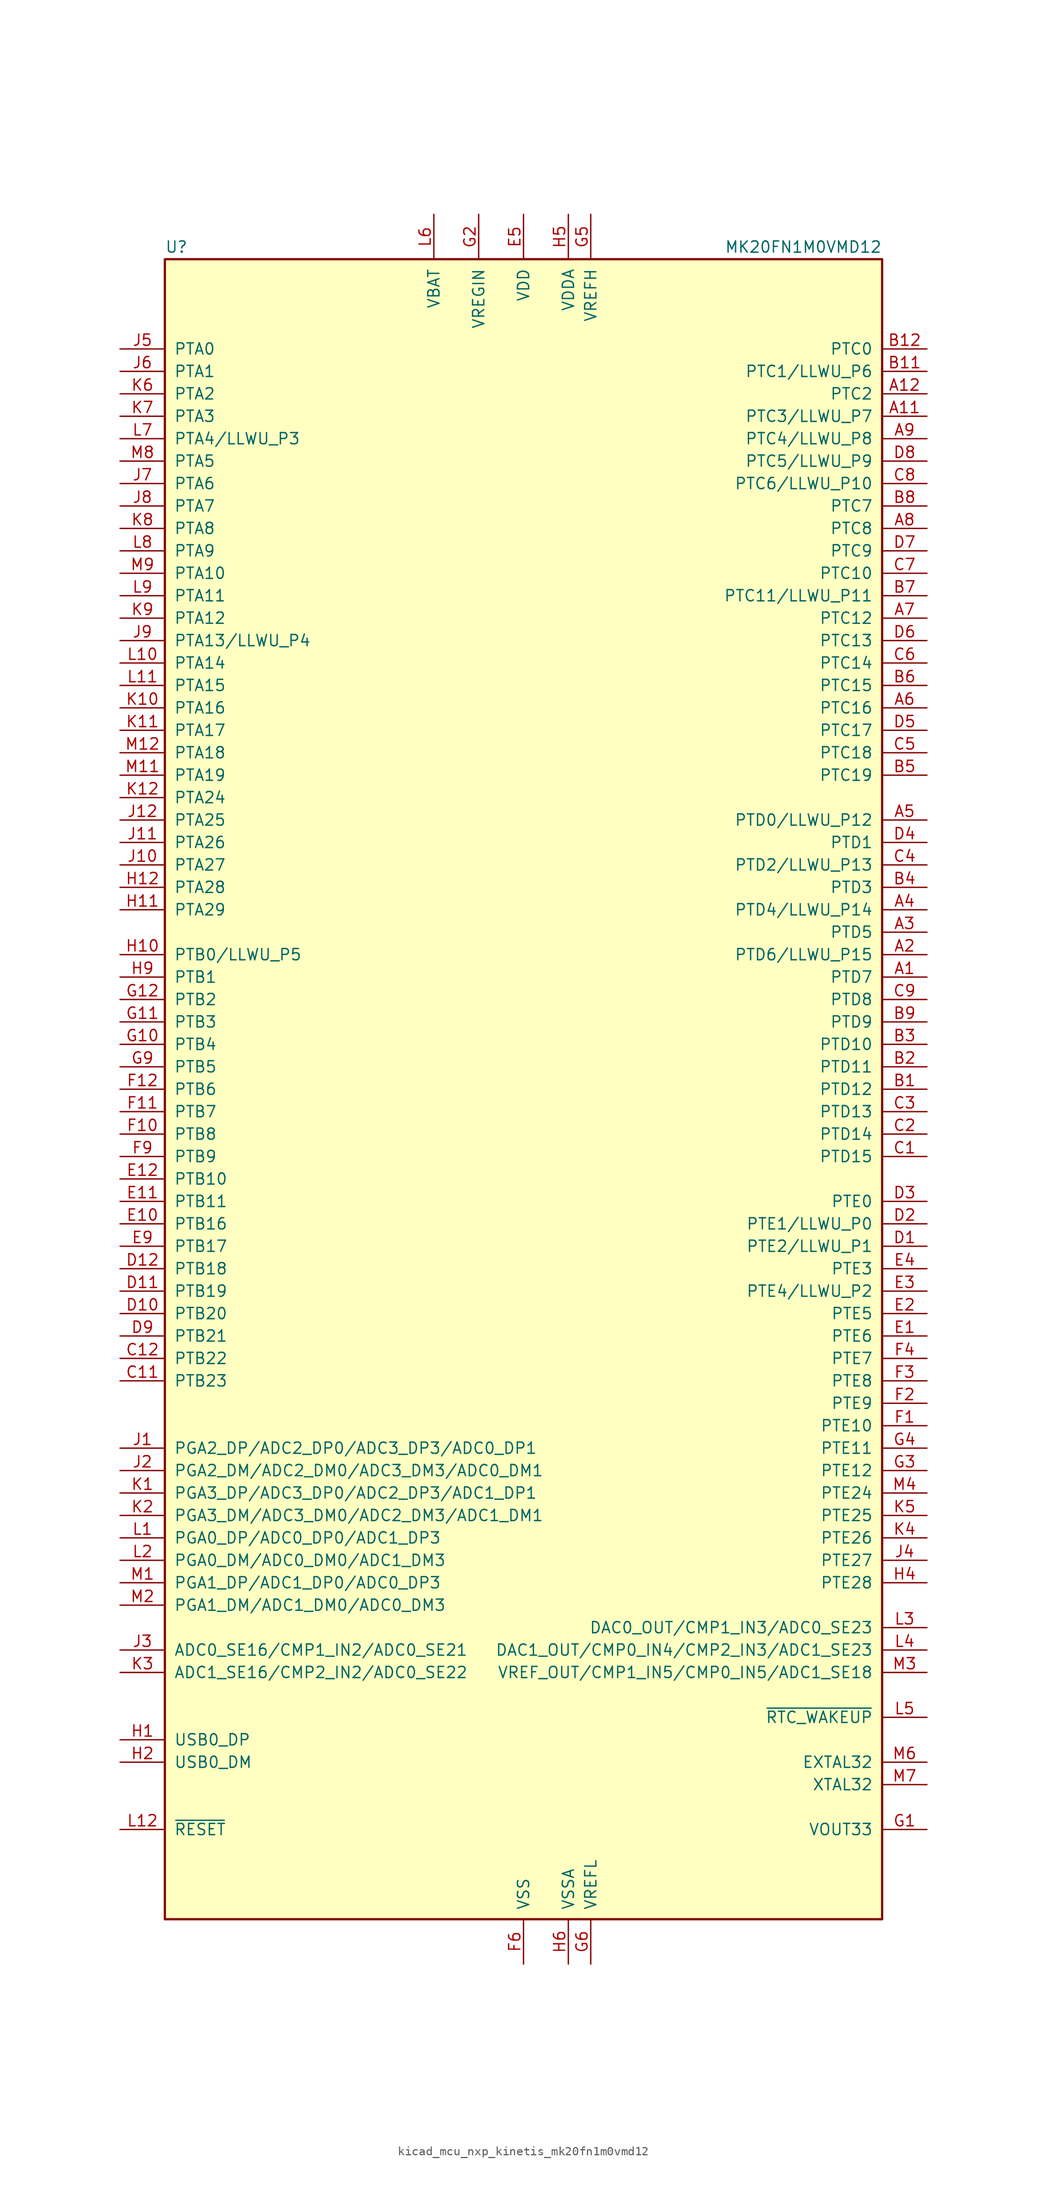
<source format=kicad_sym>
(kicad_symbol_lib
  (version 20220914)
  (generator kicad_symbol_editor)
  (symbol "kicad_mcu_nxp_kinetis_mk20fn1m0vmd12"
    (pin_names
      (offset 1.016))
    (property "Reference" "U"
      (at -40.64 94.615 0)
      (effects (font (size 1.27 1.27)) (justify left bottom)))
    (property "Value" "MK20FN1M0VMD12"
      (at 40.64 94.615 0)
      (effects (font (size 1.27 1.27)) (justify right bottom)))
    (symbol "kicad_mcu_nxp_kinetis_mk20fn1m0vmd12_0_1"
      (rectangle (start -40.64 93.98) (end 40.64 -93.98) (stroke (width 0.254) (type default)) (fill (type background))))
    (symbol "kicad_mcu_nxp_kinetis_mk20fn1m0vmd12_1_1"
      (pin bidirectional line (at 45.72 12.7 180) (length 5.08) (name "PTD7" (effects (font (size 1.27 1.27)))) (number "A1" (effects (font (size 1.27 1.27)))))
      (pin no_connect line (at -12.7 -93.98 90) (length 5.08) hide (name "NC" (effects (font (size 1.27 1.27)))) (number "A10" (effects (font (size 1.27 1.27)))))
      (pin bidirectional line (at 45.72 76.2 180) (length 5.08) (name "PTC3/LLWU_P7" (effects (font (size 1.27 1.27)))) (number "A11" (effects (font (size 1.27 1.27)))))
      (pin bidirectional line (at 45.72 78.74 180) (length 5.08) (name "PTC2" (effects (font (size 1.27 1.27)))) (number "A12" (effects (font (size 1.27 1.27)))))
      (pin bidirectional line (at 45.72 15.24 180) (length 5.08) (name "PTD6/LLWU_P15" (effects (font (size 1.27 1.27)))) (number "A2" (effects (font (size 1.27 1.27)))))
      (pin bidirectional line (at 45.72 17.78 180) (length 5.08) (name "PTD5" (effects (font (size 1.27 1.27)))) (number "A3" (effects (font (size 1.27 1.27)))))
      (pin bidirectional line (at 45.72 20.32 180) (length 5.08) (name "PTD4/LLWU_P14" (effects (font (size 1.27 1.27)))) (number "A4" (effects (font (size 1.27 1.27)))))
      (pin bidirectional line (at 45.72 30.48 180) (length 5.08) (name "PTD0/LLWU_P12" (effects (font (size 1.27 1.27)))) (number "A5" (effects (font (size 1.27 1.27)))))
      (pin bidirectional line (at 45.72 43.18 180) (length 5.08) (name "PTC16" (effects (font (size 1.27 1.27)))) (number "A6" (effects (font (size 1.27 1.27)))))
      (pin bidirectional line (at 45.72 53.34 180) (length 5.08) (name "PTC12" (effects (font (size 1.27 1.27)))) (number "A7" (effects (font (size 1.27 1.27)))))
      (pin bidirectional line (at 45.72 63.5 180) (length 5.08) (name "PTC8" (effects (font (size 1.27 1.27)))) (number "A8" (effects (font (size 1.27 1.27)))))
      (pin bidirectional line (at 45.72 73.66 180) (length 5.08) (name "PTC4/LLWU_P8" (effects (font (size 1.27 1.27)))) (number "A9" (effects (font (size 1.27 1.27)))))
      (pin bidirectional line (at 45.72 0 180) (length 5.08) (name "PTD12" (effects (font (size 1.27 1.27)))) (number "B1" (effects (font (size 1.27 1.27)))))
      (pin no_connect line (at -10.16 -93.98 90) (length 5.08) hide (name "NC" (effects (font (size 1.27 1.27)))) (number "B10" (effects (font (size 1.27 1.27)))))
      (pin bidirectional line (at 45.72 81.28 180) (length 5.08) (name "PTC1/LLWU_P6" (effects (font (size 1.27 1.27)))) (number "B11" (effects (font (size 1.27 1.27)))))
      (pin bidirectional line (at 45.72 83.82 180) (length 5.08) (name "PTC0" (effects (font (size 1.27 1.27)))) (number "B12" (effects (font (size 1.27 1.27)))))
      (pin bidirectional line (at 45.72 2.54 180) (length 5.08) (name "PTD11" (effects (font (size 1.27 1.27)))) (number "B2" (effects (font (size 1.27 1.27)))))
      (pin bidirectional line (at 45.72 5.08 180) (length 5.08) (name "PTD10" (effects (font (size 1.27 1.27)))) (number "B3" (effects (font (size 1.27 1.27)))))
      (pin bidirectional line (at 45.72 22.86 180) (length 5.08) (name "PTD3" (effects (font (size 1.27 1.27)))) (number "B4" (effects (font (size 1.27 1.27)))))
      (pin bidirectional line (at 45.72 35.56 180) (length 5.08) (name "PTC19" (effects (font (size 1.27 1.27)))) (number "B5" (effects (font (size 1.27 1.27)))))
      (pin bidirectional line (at 45.72 45.72 180) (length 5.08) (name "PTC15" (effects (font (size 1.27 1.27)))) (number "B6" (effects (font (size 1.27 1.27)))))
      (pin bidirectional line (at 45.72 55.88 180) (length 5.08) (name "PTC11/LLWU_P11" (effects (font (size 1.27 1.27)))) (number "B7" (effects (font (size 1.27 1.27)))))
      (pin bidirectional line (at 45.72 66.04 180) (length 5.08) (name "PTC7" (effects (font (size 1.27 1.27)))) (number "B8" (effects (font (size 1.27 1.27)))))
      (pin bidirectional line (at 45.72 7.62 180) (length 5.08) (name "PTD9" (effects (font (size 1.27 1.27)))) (number "B9" (effects (font (size 1.27 1.27)))))
      (pin bidirectional line (at 45.72 -7.62 180) (length 5.08) (name "PTD15" (effects (font (size 1.27 1.27)))) (number "C1" (effects (font (size 1.27 1.27)))))
      (pin no_connect line (at -7.62 -93.98 90) (length 5.08) hide (name "NC" (effects (font (size 1.27 1.27)))) (number "C10" (effects (font (size 1.27 1.27)))))
      (pin bidirectional line (at -45.72 -33.02 0) (length 5.08) (name "PTB23" (effects (font (size 1.27 1.27)))) (number "C11" (effects (font (size 1.27 1.27)))))
      (pin bidirectional line (at -45.72 -30.48 0) (length 5.08) (name "PTB22" (effects (font (size 1.27 1.27)))) (number "C12" (effects (font (size 1.27 1.27)))))
      (pin bidirectional line (at 45.72 -5.08 180) (length 5.08) (name "PTD14" (effects (font (size 1.27 1.27)))) (number "C2" (effects (font (size 1.27 1.27)))))
      (pin bidirectional line (at 45.72 -2.54 180) (length 5.08) (name "PTD13" (effects (font (size 1.27 1.27)))) (number "C3" (effects (font (size 1.27 1.27)))))
      (pin bidirectional line (at 45.72 25.4 180) (length 5.08) (name "PTD2/LLWU_P13" (effects (font (size 1.27 1.27)))) (number "C4" (effects (font (size 1.27 1.27)))))
      (pin bidirectional line (at 45.72 38.1 180) (length 5.08) (name "PTC18" (effects (font (size 1.27 1.27)))) (number "C5" (effects (font (size 1.27 1.27)))))
      (pin bidirectional line (at 45.72 48.26 180) (length 5.08) (name "PTC14" (effects (font (size 1.27 1.27)))) (number "C6" (effects (font (size 1.27 1.27)))))
      (pin bidirectional line (at 45.72 58.42 180) (length 5.08) (name "PTC10" (effects (font (size 1.27 1.27)))) (number "C7" (effects (font (size 1.27 1.27)))))
      (pin bidirectional line (at 45.72 68.58 180) (length 5.08) (name "PTC6/LLWU_P10" (effects (font (size 1.27 1.27)))) (number "C8" (effects (font (size 1.27 1.27)))))
      (pin bidirectional line (at 45.72 10.16 180) (length 5.08) (name "PTD8" (effects (font (size 1.27 1.27)))) (number "C9" (effects (font (size 1.27 1.27)))))
      (pin bidirectional line (at 45.72 -17.78 180) (length 5.08) (name "PTE2/LLWU_P1" (effects (font (size 1.27 1.27)))) (number "D1" (effects (font (size 1.27 1.27)))))
      (pin bidirectional line (at -45.72 -25.4 0) (length 5.08) (name "PTB20" (effects (font (size 1.27 1.27)))) (number "D10" (effects (font (size 1.27 1.27)))))
      (pin bidirectional line (at -45.72 -22.86 0) (length 5.08) (name "PTB19" (effects (font (size 1.27 1.27)))) (number "D11" (effects (font (size 1.27 1.27)))))
      (pin bidirectional line (at -45.72 -20.32 0) (length 5.08) (name "PTB18" (effects (font (size 1.27 1.27)))) (number "D12" (effects (font (size 1.27 1.27)))))
      (pin bidirectional line (at 45.72 -15.24 180) (length 5.08) (name "PTE1/LLWU_P0" (effects (font (size 1.27 1.27)))) (number "D2" (effects (font (size 1.27 1.27)))))
      (pin bidirectional line (at 45.72 -12.7 180) (length 5.08) (name "PTE0" (effects (font (size 1.27 1.27)))) (number "D3" (effects (font (size 1.27 1.27)))))
      (pin bidirectional line (at 45.72 27.94 180) (length 5.08) (name "PTD1" (effects (font (size 1.27 1.27)))) (number "D4" (effects (font (size 1.27 1.27)))))
      (pin bidirectional line (at 45.72 40.64 180) (length 5.08) (name "PTC17" (effects (font (size 1.27 1.27)))) (number "D5" (effects (font (size 1.27 1.27)))))
      (pin bidirectional line (at 45.72 50.8 180) (length 5.08) (name "PTC13" (effects (font (size 1.27 1.27)))) (number "D6" (effects (font (size 1.27 1.27)))))
      (pin bidirectional line (at 45.72 60.96 180) (length 5.08) (name "PTC9" (effects (font (size 1.27 1.27)))) (number "D7" (effects (font (size 1.27 1.27)))))
      (pin bidirectional line (at 45.72 71.12 180) (length 5.08) (name "PTC5/LLWU_P9" (effects (font (size 1.27 1.27)))) (number "D8" (effects (font (size 1.27 1.27)))))
      (pin bidirectional line (at -45.72 -27.94 0) (length 5.08) (name "PTB21" (effects (font (size 1.27 1.27)))) (number "D9" (effects (font (size 1.27 1.27)))))
      (pin bidirectional line (at 45.72 -27.94 180) (length 5.08) (name "PTE6" (effects (font (size 1.27 1.27)))) (number "E1" (effects (font (size 1.27 1.27)))))
      (pin bidirectional line (at -45.72 -15.24 0) (length 5.08) (name "PTB16" (effects (font (size 1.27 1.27)))) (number "E10" (effects (font (size 1.27 1.27)))))
      (pin bidirectional line (at -45.72 -12.7 0) (length 5.08) (name "PTB11" (effects (font (size 1.27 1.27)))) (number "E11" (effects (font (size 1.27 1.27)))))
      (pin bidirectional line (at -45.72 -10.16 0) (length 5.08) (name "PTB10" (effects (font (size 1.27 1.27)))) (number "E12" (effects (font (size 1.27 1.27)))))
      (pin bidirectional line (at 45.72 -25.4 180) (length 5.08) (name "PTE5" (effects (font (size 1.27 1.27)))) (number "E2" (effects (font (size 1.27 1.27)))))
      (pin bidirectional line (at 45.72 -22.86 180) (length 5.08) (name "PTE4/LLWU_P2" (effects (font (size 1.27 1.27)))) (number "E3" (effects (font (size 1.27 1.27)))))
      (pin bidirectional line (at 45.72 -20.32 180) (length 5.08) (name "PTE3" (effects (font (size 1.27 1.27)))) (number "E4" (effects (font (size 1.27 1.27)))))
      (pin power_in line (at 0 99.06 270) (length 5.08) (name "VDD" (effects (font (size 1.27 1.27)))) (number "E5" (effects (font (size 1.27 1.27)))))
      (pin passive line (at 0 99.06 270) (length 5.08) hide (name "VDD" (effects (font (size 1.27 1.27)))) (number "E6" (effects (font (size 1.27 1.27)))))
      (pin passive line (at 0 99.06 270) (length 5.08) hide (name "VDD" (effects (font (size 1.27 1.27)))) (number "E7" (effects (font (size 1.27 1.27)))))
      (pin passive line (at 0 99.06 270) (length 5.08) hide (name "VDD" (effects (font (size 1.27 1.27)))) (number "E8" (effects (font (size 1.27 1.27)))))
      (pin bidirectional line (at -45.72 -17.78 0) (length 5.08) (name "PTB17" (effects (font (size 1.27 1.27)))) (number "E9" (effects (font (size 1.27 1.27)))))
      (pin bidirectional line (at 45.72 -38.1 180) (length 5.08) (name "PTE10" (effects (font (size 1.27 1.27)))) (number "F1" (effects (font (size 1.27 1.27)))))
      (pin bidirectional line (at -45.72 -5.08 0) (length 5.08) (name "PTB8" (effects (font (size 1.27 1.27)))) (number "F10" (effects (font (size 1.27 1.27)))))
      (pin bidirectional line (at -45.72 -2.54 0) (length 5.08) (name "PTB7" (effects (font (size 1.27 1.27)))) (number "F11" (effects (font (size 1.27 1.27)))))
      (pin bidirectional line (at -45.72 0 0) (length 5.08) (name "PTB6" (effects (font (size 1.27 1.27)))) (number "F12" (effects (font (size 1.27 1.27)))))
      (pin bidirectional line (at 45.72 -35.56 180) (length 5.08) (name "PTE9" (effects (font (size 1.27 1.27)))) (number "F2" (effects (font (size 1.27 1.27)))))
      (pin bidirectional line (at 45.72 -33.02 180) (length 5.08) (name "PTE8" (effects (font (size 1.27 1.27)))) (number "F3" (effects (font (size 1.27 1.27)))))
      (pin bidirectional line (at 45.72 -30.48 180) (length 5.08) (name "PTE7" (effects (font (size 1.27 1.27)))) (number "F4" (effects (font (size 1.27 1.27)))))
      (pin passive line (at 0 99.06 270) (length 5.08) hide (name "VDD" (effects (font (size 1.27 1.27)))) (number "F5" (effects (font (size 1.27 1.27)))))
      (pin power_in line (at 0 -99.06 90) (length 5.08) (name "VSS" (effects (font (size 1.27 1.27)))) (number "F6" (effects (font (size 1.27 1.27)))))
      (pin passive line (at 0 -99.06 90) (length 5.08) hide (name "VSS" (effects (font (size 1.27 1.27)))) (number "F7" (effects (font (size 1.27 1.27)))))
      (pin passive line (at 0 99.06 270) (length 5.08) hide (name "VDD" (effects (font (size 1.27 1.27)))) (number "F8" (effects (font (size 1.27 1.27)))))
      (pin bidirectional line (at -45.72 -7.62 0) (length 5.08) (name "PTB9" (effects (font (size 1.27 1.27)))) (number "F9" (effects (font (size 1.27 1.27)))))
      (pin power_out line (at 45.72 -83.82 180) (length 5.08) (name "VOUT33" (effects (font (size 1.27 1.27)))) (number "G1" (effects (font (size 1.27 1.27)))))
      (pin bidirectional line (at -45.72 5.08 0) (length 5.08) (name "PTB4" (effects (font (size 1.27 1.27)))) (number "G10" (effects (font (size 1.27 1.27)))))
      (pin bidirectional line (at -45.72 7.62 0) (length 5.08) (name "PTB3" (effects (font (size 1.27 1.27)))) (number "G11" (effects (font (size 1.27 1.27)))))
      (pin bidirectional line (at -45.72 10.16 0) (length 5.08) (name "PTB2" (effects (font (size 1.27 1.27)))) (number "G12" (effects (font (size 1.27 1.27)))))
      (pin power_in line (at -5.08 99.06 270) (length 5.08) (name "VREGIN" (effects (font (size 1.27 1.27)))) (number "G2" (effects (font (size 1.27 1.27)))))
      (pin bidirectional line (at 45.72 -43.18 180) (length 5.08) (name "PTE12" (effects (font (size 1.27 1.27)))) (number "G3" (effects (font (size 1.27 1.27)))))
      (pin bidirectional line (at 45.72 -40.64 180) (length 5.08) (name "PTE11" (effects (font (size 1.27 1.27)))) (number "G4" (effects (font (size 1.27 1.27)))))
      (pin power_in line (at 7.62 99.06 270) (length 5.08) (name "VREFH" (effects (font (size 1.27 1.27)))) (number "G5" (effects (font (size 1.27 1.27)))))
      (pin power_in line (at 7.62 -99.06 90) (length 5.08) (name "VREFL" (effects (font (size 1.27 1.27)))) (number "G6" (effects (font (size 1.27 1.27)))))
      (pin passive line (at 0 -99.06 90) (length 5.08) hide (name "VSS" (effects (font (size 1.27 1.27)))) (number "G7" (effects (font (size 1.27 1.27)))))
      (pin passive line (at 0 -99.06 90) (length 5.08) hide (name "VSS" (effects (font (size 1.27 1.27)))) (number "G8" (effects (font (size 1.27 1.27)))))
      (pin bidirectional line (at -45.72 2.54 0) (length 5.08) (name "PTB5" (effects (font (size 1.27 1.27)))) (number "G9" (effects (font (size 1.27 1.27)))))
      (pin bidirectional line (at -45.72 -73.66 0) (length 5.08) (name "USB0_DP" (effects (font (size 1.27 1.27)))) (number "H1" (effects (font (size 1.27 1.27)))))
      (pin bidirectional line (at -45.72 15.24 0) (length 5.08) (name "PTB0/LLWU_P5" (effects (font (size 1.27 1.27)))) (number "H10" (effects (font (size 1.27 1.27)))))
      (pin bidirectional line (at -45.72 20.32 0) (length 5.08) (name "PTA29" (effects (font (size 1.27 1.27)))) (number "H11" (effects (font (size 1.27 1.27)))))
      (pin bidirectional line (at -45.72 22.86 0) (length 5.08) (name "PTA28" (effects (font (size 1.27 1.27)))) (number "H12" (effects (font (size 1.27 1.27)))))
      (pin bidirectional line (at -45.72 -76.2 0) (length 5.08) (name "USB0_DM" (effects (font (size 1.27 1.27)))) (number "H2" (effects (font (size 1.27 1.27)))))
      (pin passive line (at 0 -99.06 90) (length 5.08) hide (name "VSS" (effects (font (size 1.27 1.27)))) (number "H3" (effects (font (size 1.27 1.27)))))
      (pin bidirectional line (at 45.72 -55.88 180) (length 5.08) (name "PTE28" (effects (font (size 1.27 1.27)))) (number "H4" (effects (font (size 1.27 1.27)))))
      (pin power_in line (at 5.08 99.06 270) (length 5.08) (name "VDDA" (effects (font (size 1.27 1.27)))) (number "H5" (effects (font (size 1.27 1.27)))))
      (pin power_in line (at 5.08 -99.06 90) (length 5.08) (name "VSSA" (effects (font (size 1.27 1.27)))) (number "H6" (effects (font (size 1.27 1.27)))))
      (pin passive line (at 0 -99.06 90) (length 5.08) hide (name "VSS" (effects (font (size 1.27 1.27)))) (number "H7" (effects (font (size 1.27 1.27)))))
      (pin passive line (at 0 -99.06 90) (length 5.08) hide (name "VSS" (effects (font (size 1.27 1.27)))) (number "H8" (effects (font (size 1.27 1.27)))))
      (pin bidirectional line (at -45.72 12.7 0) (length 5.08) (name "PTB1" (effects (font (size 1.27 1.27)))) (number "H9" (effects (font (size 1.27 1.27)))))
      (pin input line (at -45.72 -40.64 0) (length 5.08) (name "PGA2_DP/ADC2_DP0/ADC3_DP3/ADC0_DP1" (effects (font (size 1.27 1.27)))) (number "J1" (effects (font (size 1.27 1.27)))))
      (pin bidirectional line (at -45.72 25.4 0) (length 5.08) (name "PTA27" (effects (font (size 1.27 1.27)))) (number "J10" (effects (font (size 1.27 1.27)))))
      (pin bidirectional line (at -45.72 27.94 0) (length 5.08) (name "PTA26" (effects (font (size 1.27 1.27)))) (number "J11" (effects (font (size 1.27 1.27)))))
      (pin bidirectional line (at -45.72 30.48 0) (length 5.08) (name "PTA25" (effects (font (size 1.27 1.27)))) (number "J12" (effects (font (size 1.27 1.27)))))
      (pin input line (at -45.72 -43.18 0) (length 5.08) (name "PGA2_DM/ADC2_DM0/ADC3_DM3/ADC0_DM1" (effects (font (size 1.27 1.27)))) (number "J2" (effects (font (size 1.27 1.27)))))
      (pin input line (at -45.72 -63.5 0) (length 5.08) (name "ADC0_SE16/CMP1_IN2/ADC0_SE21" (effects (font (size 1.27 1.27)))) (number "J3" (effects (font (size 1.27 1.27)))))
      (pin bidirectional line (at 45.72 -53.34 180) (length 5.08) (name "PTE27" (effects (font (size 1.27 1.27)))) (number "J4" (effects (font (size 1.27 1.27)))))
      (pin bidirectional line (at -45.72 83.82 0) (length 5.08) (name "PTA0" (effects (font (size 1.27 1.27)))) (number "J5" (effects (font (size 1.27 1.27)))))
      (pin bidirectional line (at -45.72 81.28 0) (length 5.08) (name "PTA1" (effects (font (size 1.27 1.27)))) (number "J6" (effects (font (size 1.27 1.27)))))
      (pin bidirectional line (at -45.72 68.58 0) (length 5.08) (name "PTA6" (effects (font (size 1.27 1.27)))) (number "J7" (effects (font (size 1.27 1.27)))))
      (pin bidirectional line (at -45.72 66.04 0) (length 5.08) (name "PTA7" (effects (font (size 1.27 1.27)))) (number "J8" (effects (font (size 1.27 1.27)))))
      (pin bidirectional line (at -45.72 50.8 0) (length 5.08) (name "PTA13/LLWU_P4" (effects (font (size 1.27 1.27)))) (number "J9" (effects (font (size 1.27 1.27)))))
      (pin input line (at -45.72 -45.72 0) (length 5.08) (name "PGA3_DP/ADC3_DP0/ADC2_DP3/ADC1_DP1" (effects (font (size 1.27 1.27)))) (number "K1" (effects (font (size 1.27 1.27)))))
      (pin bidirectional line (at -45.72 43.18 0) (length 5.08) (name "PTA16" (effects (font (size 1.27 1.27)))) (number "K10" (effects (font (size 1.27 1.27)))))
      (pin bidirectional line (at -45.72 40.64 0) (length 5.08) (name "PTA17" (effects (font (size 1.27 1.27)))) (number "K11" (effects (font (size 1.27 1.27)))))
      (pin bidirectional line (at -45.72 33.02 0) (length 5.08) (name "PTA24" (effects (font (size 1.27 1.27)))) (number "K12" (effects (font (size 1.27 1.27)))))
      (pin input line (at -45.72 -48.26 0) (length 5.08) (name "PGA3_DM/ADC3_DM0/ADC2_DM3/ADC1_DM1" (effects (font (size 1.27 1.27)))) (number "K2" (effects (font (size 1.27 1.27)))))
      (pin input line (at -45.72 -66.04 0) (length 5.08) (name "ADC1_SE16/CMP2_IN2/ADC0_SE22" (effects (font (size 1.27 1.27)))) (number "K3" (effects (font (size 1.27 1.27)))))
      (pin bidirectional line (at 45.72 -50.8 180) (length 5.08) (name "PTE26" (effects (font (size 1.27 1.27)))) (number "K4" (effects (font (size 1.27 1.27)))))
      (pin bidirectional line (at 45.72 -48.26 180) (length 5.08) (name "PTE25" (effects (font (size 1.27 1.27)))) (number "K5" (effects (font (size 1.27 1.27)))))
      (pin bidirectional line (at -45.72 78.74 0) (length 5.08) (name "PTA2" (effects (font (size 1.27 1.27)))) (number "K6" (effects (font (size 1.27 1.27)))))
      (pin bidirectional line (at -45.72 76.2 0) (length 5.08) (name "PTA3" (effects (font (size 1.27 1.27)))) (number "K7" (effects (font (size 1.27 1.27)))))
      (pin bidirectional line (at -45.72 63.5 0) (length 5.08) (name "PTA8" (effects (font (size 1.27 1.27)))) (number "K8" (effects (font (size 1.27 1.27)))))
      (pin bidirectional line (at -45.72 53.34 0) (length 5.08) (name "PTA12" (effects (font (size 1.27 1.27)))) (number "K9" (effects (font (size 1.27 1.27)))))
      (pin input line (at -45.72 -50.8 0) (length 5.08) (name "PGA0_DP/ADC0_DP0/ADC1_DP3" (effects (font (size 1.27 1.27)))) (number "L1" (effects (font (size 1.27 1.27)))))
      (pin bidirectional line (at -45.72 48.26 0) (length 5.08) (name "PTA14" (effects (font (size 1.27 1.27)))) (number "L10" (effects (font (size 1.27 1.27)))))
      (pin bidirectional line (at -45.72 45.72 0) (length 5.08) (name "PTA15" (effects (font (size 1.27 1.27)))) (number "L11" (effects (font (size 1.27 1.27)))))
      (pin bidirectional line (at -45.72 -83.82 0) (length 5.08) (name "~{RESET}" (effects (font (size 1.27 1.27)))) (number "L12" (effects (font (size 1.27 1.27)))))
      (pin input line (at -45.72 -53.34 0) (length 5.08) (name "PGA0_DM/ADC0_DM0/ADC1_DM3" (effects (font (size 1.27 1.27)))) (number "L2" (effects (font (size 1.27 1.27)))))
      (pin bidirectional line (at 45.72 -60.96 180) (length 5.08) (name "DAC0_OUT/CMP1_IN3/ADC0_SE23" (effects (font (size 1.27 1.27)))) (number "L3" (effects (font (size 1.27 1.27)))))
      (pin bidirectional line (at 45.72 -63.5 180) (length 5.08) (name "DAC1_OUT/CMP0_IN4/CMP2_IN3/ADC1_SE23" (effects (font (size 1.27 1.27)))) (number "L4" (effects (font (size 1.27 1.27)))))
      (pin output line (at 45.72 -71.12 180) (length 5.08) (name "~{RTC_WAKEUP}" (effects (font (size 1.27 1.27)))) (number "L5" (effects (font (size 1.27 1.27)))))
      (pin power_in line (at -10.16 99.06 270) (length 5.08) (name "VBAT" (effects (font (size 1.27 1.27)))) (number "L6" (effects (font (size 1.27 1.27)))))
      (pin bidirectional line (at -45.72 73.66 0) (length 5.08) (name "PTA4/LLWU_P3" (effects (font (size 1.27 1.27)))) (number "L7" (effects (font (size 1.27 1.27)))))
      (pin bidirectional line (at -45.72 60.96 0) (length 5.08) (name "PTA9" (effects (font (size 1.27 1.27)))) (number "L8" (effects (font (size 1.27 1.27)))))
      (pin bidirectional line (at -45.72 55.88 0) (length 5.08) (name "PTA11" (effects (font (size 1.27 1.27)))) (number "L9" (effects (font (size 1.27 1.27)))))
      (pin input line (at -45.72 -55.88 0) (length 5.08) (name "PGA1_DP/ADC1_DP0/ADC0_DP3" (effects (font (size 1.27 1.27)))) (number "M1" (effects (font (size 1.27 1.27)))))
      (pin passive line (at 0 -99.06 90) (length 5.08) hide (name "VSS" (effects (font (size 1.27 1.27)))) (number "M10" (effects (font (size 1.27 1.27)))))
      (pin bidirectional line (at -45.72 35.56 0) (length 5.08) (name "PTA19" (effects (font (size 1.27 1.27)))) (number "M11" (effects (font (size 1.27 1.27)))))
      (pin bidirectional line (at -45.72 38.1 0) (length 5.08) (name "PTA18" (effects (font (size 1.27 1.27)))) (number "M12" (effects (font (size 1.27 1.27)))))
      (pin input line (at -45.72 -58.42 0) (length 5.08) (name "PGA1_DM/ADC1_DM0/ADC0_DM3" (effects (font (size 1.27 1.27)))) (number "M2" (effects (font (size 1.27 1.27)))))
      (pin bidirectional line (at 45.72 -66.04 180) (length 5.08) (name "VREF_OUT/CMP1_IN5/CMP0_IN5/ADC1_SE18" (effects (font (size 1.27 1.27)))) (number "M3" (effects (font (size 1.27 1.27)))))
      (pin bidirectional line (at 45.72 -45.72 180) (length 5.08) (name "PTE24" (effects (font (size 1.27 1.27)))) (number "M4" (effects (font (size 1.27 1.27)))))
      (pin no_connect line (at -5.08 -93.98 90) (length 5.08) hide (name "NC" (effects (font (size 1.27 1.27)))) (number "M5" (effects (font (size 1.27 1.27)))))
      (pin input line (at 45.72 -76.2 180) (length 5.08) (name "EXTAL32" (effects (font (size 1.27 1.27)))) (number "M6" (effects (font (size 1.27 1.27)))))
      (pin output line (at 45.72 -78.74 180) (length 5.08) (name "XTAL32" (effects (font (size 1.27 1.27)))) (number "M7" (effects (font (size 1.27 1.27)))))
      (pin bidirectional line (at -45.72 71.12 0) (length 5.08) (name "PTA5" (effects (font (size 1.27 1.27)))) (number "M8" (effects (font (size 1.27 1.27)))))
      (pin bidirectional line (at -45.72 58.42 0) (length 5.08) (name "PTA10" (effects (font (size 1.27 1.27)))) (number "M9" (effects (font (size 1.27 1.27))))))))
</source>
